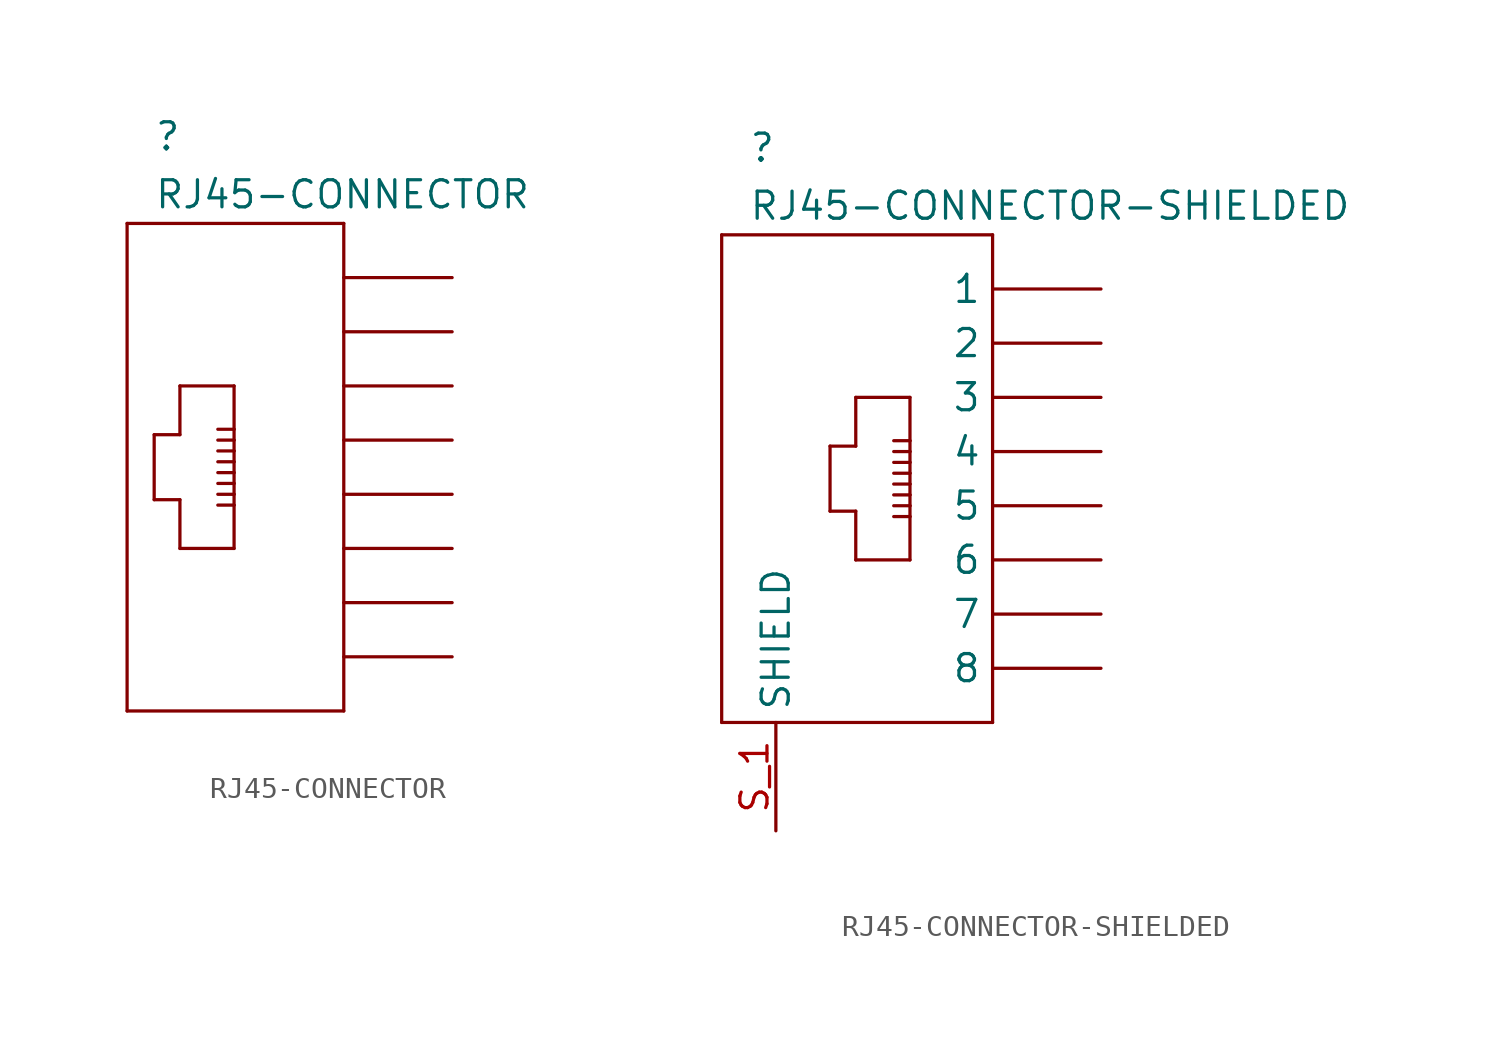
<source format=kicad_sym>
(kicad_symbol_lib
  (version 20211014)
  (generator kicad_symbol_editor)
  (symbol "RJ45-CONNECTOR"
    (pin_names hide)
    (property "Reference" ""
      (at -3.824 16.035 0)
      (effects (font (size 1.27 1.27)) (justify left bottom)))
    (property "Value" "RJ45-CONNECTOR"
      (at -3.817 13.315 0)
      (effects (font (size 1.27 1.27)) (justify left bottom)))
    (property "Datasheet" ""
      (at 0 0 0))
    (property "ki_fp_filters" "FlashPCB_Connectors:RJ45_THT_RA_AMPH-54602-908LF FlashPCB_Connectors:RJ45_THT_RA_AMPH-FRJAE448-NONSHIELDED"
      (at 0 0 0))
    (symbol "RJ45-CONNECTOR_1_1"
      (polyline (pts (xy -0.064 5.08) (xy -0.064 3.048)) (stroke (width 0.152)) (fill (type none)))
      (polyline (pts (xy -0.064 3.048) (xy -0.064 2.54)) (stroke (width 0.152)) (fill (type none)))
      (polyline (pts (xy -0.064 2.54) (xy -0.064 2.032)) (stroke (width 0.152)) (fill (type none)))
      (polyline (pts (xy -0.064 2.032) (xy -0.064 1.524)) (stroke (width 0.152)) (fill (type none)))
      (polyline (pts (xy -0.064 1.524) (xy -0.064 1.016)) (stroke (width 0.152)) (fill (type none)))
      (polyline (pts (xy -0.064 1.016) (xy -0.064 0.508)) (stroke (width 0.152)) (fill (type none)))
      (polyline (pts (xy -0.064 0.508) (xy -0.064 0)) (stroke (width 0.152)) (fill (type none)))
      (polyline (pts (xy -0.064 0) (xy -0.064 -0.508)) (stroke (width 0.152)) (fill (type none)))
      (polyline (pts (xy -0.064 -0.508) (xy -0.064 -2.54)) (stroke (width 0.152)) (fill (type none)))
      (polyline (pts (xy -0.064 -2.54) (xy -2.603 -2.54)) (stroke (width 0.152)) (fill (type none)))
      (polyline (pts (xy -2.603 -2.54) (xy -2.603 -0.254)) (stroke (width 0.152)) (fill (type none)))
      (polyline (pts (xy -2.603 -0.254) (xy -3.81 -0.254)) (stroke (width 0.152)) (fill (type none)))
      (polyline (pts (xy -3.81 -0.254) (xy -3.81 2.794)) (stroke (width 0.152)) (fill (type none)))
      (polyline (pts (xy -3.81 2.794) (xy -2.603 2.794)) (stroke (width 0.152)) (fill (type none)))
      (polyline (pts (xy -2.603 2.794) (xy -2.603 5.08)) (stroke (width 0.152)) (fill (type none)))
      (polyline (pts (xy -2.603 5.08) (xy -0.064 5.08)) (stroke (width 0.152)) (fill (type none)))
      (polyline (pts (xy -0.064 3.048) (xy -0.826 3.048)) (stroke (width 0.152)) (fill (type none)))
      (polyline (pts (xy -0.064 2.54) (xy -0.826 2.54)) (stroke (width 0.152)) (fill (type none)))
      (polyline (pts (xy -0.064 2.032) (xy -0.826 2.032)) (stroke (width 0.152)) (fill (type none)))
      (polyline (pts (xy -0.064 1.524) (xy -0.826 1.524)) (stroke (width 0.152)) (fill (type none)))
      (polyline (pts (xy -0.064 1.016) (xy -0.826 1.016)) (stroke (width 0.152)) (fill (type none)))
      (polyline (pts (xy -0.064 0.508) (xy -0.826 0.508)) (stroke (width 0.152)) (fill (type none)))
      (polyline (pts (xy -0.064 0) (xy -0.826 0)) (stroke (width 0.152)) (fill (type none)))
      (polyline (pts (xy -0.064 -0.508) (xy -0.826 -0.508)) (stroke (width 0.152)) (fill (type none)))
      (polyline (pts (xy 5.08 -10.16) (xy 5.08 12.7)) (stroke (width 0.152)) (fill (type none)))
      (polyline (pts (xy 5.08 12.7) (xy -5.08 12.7)) (stroke (width 0.152)) (fill (type none)))
      (polyline (pts (xy -5.08 12.7) (xy -5.08 -10.16)) (stroke (width 0.152)) (fill (type none)))
      (polyline (pts (xy -5.08 -10.16) (xy 5.08 -10.16)) (stroke (width 0.152)) (fill (type none)))
      (pin passive line (at 10.16 10.16 180) (length 5.08) (name "1" (effects (font (size 1.27 1.27)))) (number "1" (effects (font (size 0 0)))))
      (pin passive line (at 10.16 7.62 180) (length 5.08) (name "2" (effects (font (size 1.27 1.27)))) (number "2" (effects (font (size 0 0)))))
      (pin passive line (at 10.16 5.08 180) (length 5.08) (name "3" (effects (font (size 1.27 1.27)))) (number "3" (effects (font (size 0 0)))))
      (pin passive line (at 10.16 2.54 180) (length 5.08) (name "4" (effects (font (size 1.27 1.27)))) (number "4" (effects (font (size 0 0)))))
      (pin passive line (at 10.16 0 180) (length 5.08) (name "5" (effects (font (size 1.27 1.27)))) (number "5" (effects (font (size 0 0)))))
      (pin passive line (at 10.16 -2.54 180) (length 5.08) (name "6" (effects (font (size 1.27 1.27)))) (number "6" (effects (font (size 0 0)))))
      (pin passive line (at 10.16 -5.08 180) (length 5.08) (name "7" (effects (font (size 1.27 1.27)))) (number "7" (effects (font (size 0 0)))))
      (pin passive line (at 10.16 -7.62 180) (length 5.08) (name "8" (effects (font (size 1.27 1.27)))) (number "8" (effects (font (size 0 0)))))))
  (symbol "RJ45-CONNECTOR-SHIELDED"
    (pin_names)
    (property "Reference" ""
      (at -3.824 13.495 0)
      (effects (font (size 1.27 1.27)) (justify left bottom)))
    (property "Value" "RJ45-CONNECTOR-SHIELDED"
      (at -3.817 10.775 0)
      (effects (font (size 1.27 1.27)) (justify left bottom)))
    (property "Datasheet" ""
      (at 0 0 0))
    (property "ki_fp_filters" "FlashPCB_Connectors:RJ45_THT_RA_AMPH-FRJAE448"
      (at 0 0 0))
    (symbol "RJ45-CONNECTOR-SHIELDED_1_1"
      (polyline (pts (xy 3.747 2.54) (xy 3.747 0.508)) (stroke (width 0.152)) (fill (type none)))
      (polyline (pts (xy 3.747 0.508) (xy 3.747 0)) (stroke (width 0.152)) (fill (type none)))
      (polyline (pts (xy 3.747 0) (xy 3.747 -0.508)) (stroke (width 0.152)) (fill (type none)))
      (polyline (pts (xy 3.747 -0.508) (xy 3.747 -1.016)) (stroke (width 0.152)) (fill (type none)))
      (polyline (pts (xy 3.747 -1.016) (xy 3.747 -1.524)) (stroke (width 0.152)) (fill (type none)))
      (polyline (pts (xy 3.747 -1.524) (xy 3.747 -2.032)) (stroke (width 0.152)) (fill (type none)))
      (polyline (pts (xy 3.747 -2.032) (xy 3.747 -2.54)) (stroke (width 0.152)) (fill (type none)))
      (polyline (pts (xy 3.747 -2.54) (xy 3.747 -3.048)) (stroke (width 0.152)) (fill (type none)))
      (polyline (pts (xy 3.747 -3.048) (xy 3.747 -5.08)) (stroke (width 0.152)) (fill (type none)))
      (polyline (pts (xy 3.747 -5.08) (xy 1.206 -5.08)) (stroke (width 0.152)) (fill (type none)))
      (polyline (pts (xy 1.206 -5.08) (xy 1.206 -2.794)) (stroke (width 0.152)) (fill (type none)))
      (polyline (pts (xy 1.206 -2.794) (xy 0 -2.794)) (stroke (width 0.152)) (fill (type none)))
      (polyline (pts (xy 0 -2.794) (xy 0 0.254)) (stroke (width 0.152)) (fill (type none)))
      (polyline (pts (xy 0 0.254) (xy 1.206 0.254)) (stroke (width 0.152)) (fill (type none)))
      (polyline (pts (xy 1.206 0.254) (xy 1.206 2.54)) (stroke (width 0.152)) (fill (type none)))
      (polyline (pts (xy 1.206 2.54) (xy 3.747 2.54)) (stroke (width 0.152)) (fill (type none)))
      (polyline (pts (xy 3.747 0.508) (xy 2.985 0.508)) (stroke (width 0.152)) (fill (type none)))
      (polyline (pts (xy 3.747 0) (xy 2.985 0)) (stroke (width 0.152)) (fill (type none)))
      (polyline (pts (xy 3.747 -0.508) (xy 2.985 -0.508)) (stroke (width 0.152)) (fill (type none)))
      (polyline (pts (xy 3.747 -1.016) (xy 2.985 -1.016)) (stroke (width 0.152)) (fill (type none)))
      (polyline (pts (xy 3.747 -1.524) (xy 2.985 -1.524)) (stroke (width 0.152)) (fill (type none)))
      (polyline (pts (xy 3.747 -2.032) (xy 2.985 -2.032)) (stroke (width 0.152)) (fill (type none)))
      (polyline (pts (xy 3.747 -2.54) (xy 2.985 -2.54)) (stroke (width 0.152)) (fill (type none)))
      (polyline (pts (xy 3.747 -3.048) (xy 2.985 -3.048)) (stroke (width 0.152)) (fill (type none)))
      (polyline (pts (xy 7.62 -12.7) (xy 7.62 10.16)) (stroke (width 0.152)) (fill (type none)))
      (polyline (pts (xy 7.62 10.16) (xy -5.08 10.16)) (stroke (width 0.152)) (fill (type none)))
      (polyline (pts (xy -5.08 10.16) (xy -5.08 -12.7)) (stroke (width 0.152)) (fill (type none)))
      (polyline (pts (xy -5.08 -12.7) (xy 7.62 -12.7)) (stroke (width 0.152)) (fill (type none)))
      (pin passive line (at 12.7 7.62 180) (length 5.08) (name "1" (effects (font (size 1.27 1.27)))) (number "1" (effects (font (size 0 0)))))
      (pin passive line (at 12.7 5.08 180) (length 5.08) (name "2" (effects (font (size 1.27 1.27)))) (number "2" (effects (font (size 0 0)))))
      (pin passive line (at 12.7 2.54 180) (length 5.08) (name "3" (effects (font (size 1.27 1.27)))) (number "3" (effects (font (size 0 0)))))
      (pin passive line (at 12.7 0 180) (length 5.08) (name "4" (effects (font (size 1.27 1.27)))) (number "4" (effects (font (size 0 0)))))
      (pin passive line (at 12.7 -2.54 180) (length 5.08) (name "5" (effects (font (size 1.27 1.27)))) (number "5" (effects (font (size 0 0)))))
      (pin passive line (at 12.7 -5.08 180) (length 5.08) (name "6" (effects (font (size 1.27 1.27)))) (number "6" (effects (font (size 0 0)))))
      (pin passive line (at 12.7 -7.62 180) (length 5.08) (name "7" (effects (font (size 1.27 1.27)))) (number "7" (effects (font (size 0 0)))))
      (pin passive line (at 12.7 -10.16 180) (length 5.08) (name "8" (effects (font (size 1.27 1.27)))) (number "8" (effects (font (size 0 0)))))
      (pin bidirectional line (at -2.54 -17.78 90) (length 5.08) (name "SHIELD" (effects (font (size 1.27 1.27)))) (number "S_1" (effects (font (size 1.27 1.27)))))
      (pin bidirectional line (at -2.54 -17.78 90) (length 5.08) hide (name "SHIELD" (effects (font (size 1.27 1.27)))) (number "S_2" (effects (font (size 1.27 1.27)))))
      (pin bidirectional line (at -2.54 -17.78 90) (length 5.08) hide (name "SHIELD" (effects (font (size 1.27 1.27)))) (number "S_3" (effects (font (size 1.27 1.27)))))
      (pin bidirectional line (at -2.54 -17.78 90) (length 5.08) hide (name "SHIELD" (effects (font (size 1.27 1.27)))) (number "S_4" (effects (font (size 1.27 1.27))))))))
</source>
